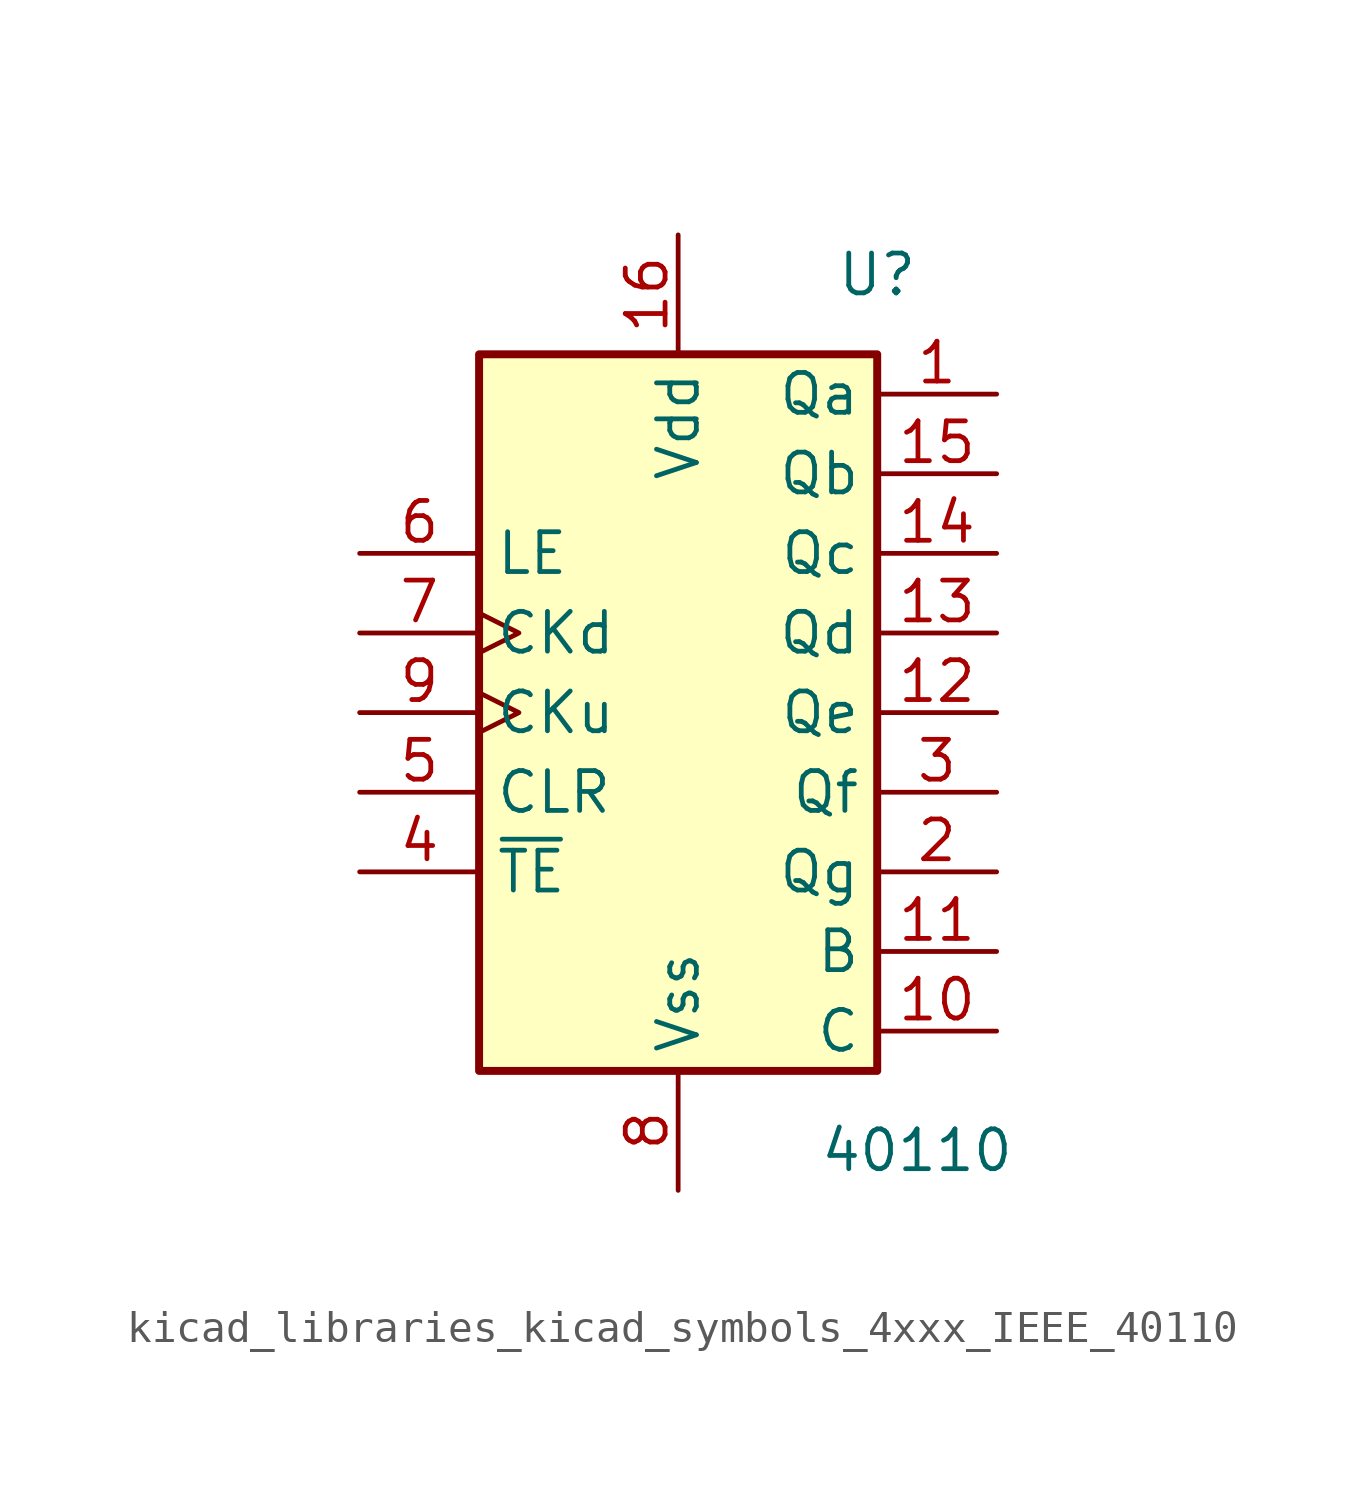
<source format=kicad_sym>
(kicad_symbol_lib
  (version 20220914)
  (generator kicad_symbol_editor)
  (symbol "kicad_libraries_kicad_symbols_4xxx_IEEE_40110"
    (property "Reference" "U"
      (at 6.35 13.97 0)
      (effects (font (size 1.27 1.27))))
    (property "Value" "40110"
      (at 7.62 -13.97 0)
      (effects (font (size 1.27 1.27))))
    (symbol "kicad_libraries_kicad_symbols_4xxx_IEEE_40110_0_1"
      (rectangle (start -6.35 11.43) (end 6.35 -11.43) (stroke (width 0.254) (type default)) (fill (type background))))
    (symbol "kicad_libraries_kicad_symbols_4xxx_IEEE_40110_1_1"
      (pin output line (at 10.16 10.16 180) (length 3.81) (name "Qa" (effects (font (size 1.27 1.27)))) (number "1" (effects (font (size 1.27 1.27)))))
      (pin output line (at 10.16 -10.16 180) (length 3.81) (name "C" (effects (font (size 1.27 1.27)))) (number "10" (effects (font (size 1.27 1.27)))))
      (pin output line (at 10.16 -7.62 180) (length 3.81) (name "B" (effects (font (size 1.27 1.27)))) (number "11" (effects (font (size 1.27 1.27)))))
      (pin output line (at 10.16 0 180) (length 3.81) (name "Qe" (effects (font (size 1.27 1.27)))) (number "12" (effects (font (size 1.27 1.27)))))
      (pin output line (at 10.16 2.54 180) (length 3.81) (name "Qd" (effects (font (size 1.27 1.27)))) (number "13" (effects (font (size 1.27 1.27)))))
      (pin output line (at 10.16 5.08 180) (length 3.81) (name "Qc" (effects (font (size 1.27 1.27)))) (number "14" (effects (font (size 1.27 1.27)))))
      (pin output line (at 10.16 7.62 180) (length 3.81) (name "Qb" (effects (font (size 1.27 1.27)))) (number "15" (effects (font (size 1.27 1.27)))))
      (pin power_in line (at 0 15.24 270) (length 3.81) (name "Vdd" (effects (font (size 1.27 1.27)))) (number "16" (effects (font (size 1.27 1.27)))))
      (pin output line (at 10.16 -5.08 180) (length 3.81) (name "Qg" (effects (font (size 1.27 1.27)))) (number "2" (effects (font (size 1.27 1.27)))))
      (pin output line (at 10.16 -2.54 180) (length 3.81) (name "Qf" (effects (font (size 1.27 1.27)))) (number "3" (effects (font (size 1.27 1.27)))))
      (pin input line (at -10.16 -5.08 0) (length 3.81) (name "~{TE}" (effects (font (size 1.27 1.27)))) (number "4" (effects (font (size 1.27 1.27)))))
      (pin input line (at -10.16 -2.54 0) (length 3.81) (name "CLR" (effects (font (size 1.27 1.27)))) (number "5" (effects (font (size 1.27 1.27)))))
      (pin input line (at -10.16 5.08 0) (length 3.81) (name "LE" (effects (font (size 1.27 1.27)))) (number "6" (effects (font (size 1.27 1.27)))))
      (pin input clock (at -10.16 2.54 0) (length 3.81) (name "CKd" (effects (font (size 1.27 1.27)))) (number "7" (effects (font (size 1.27 1.27)))))
      (pin power_in line (at 0 -15.24 90) (length 3.81) (name "Vss" (effects (font (size 1.27 1.27)))) (number "8" (effects (font (size 1.27 1.27)))))
      (pin input clock (at -10.16 0 0) (length 3.81) (name "CKu" (effects (font (size 1.27 1.27)))) (number "9" (effects (font (size 1.27 1.27))))))))
</source>
